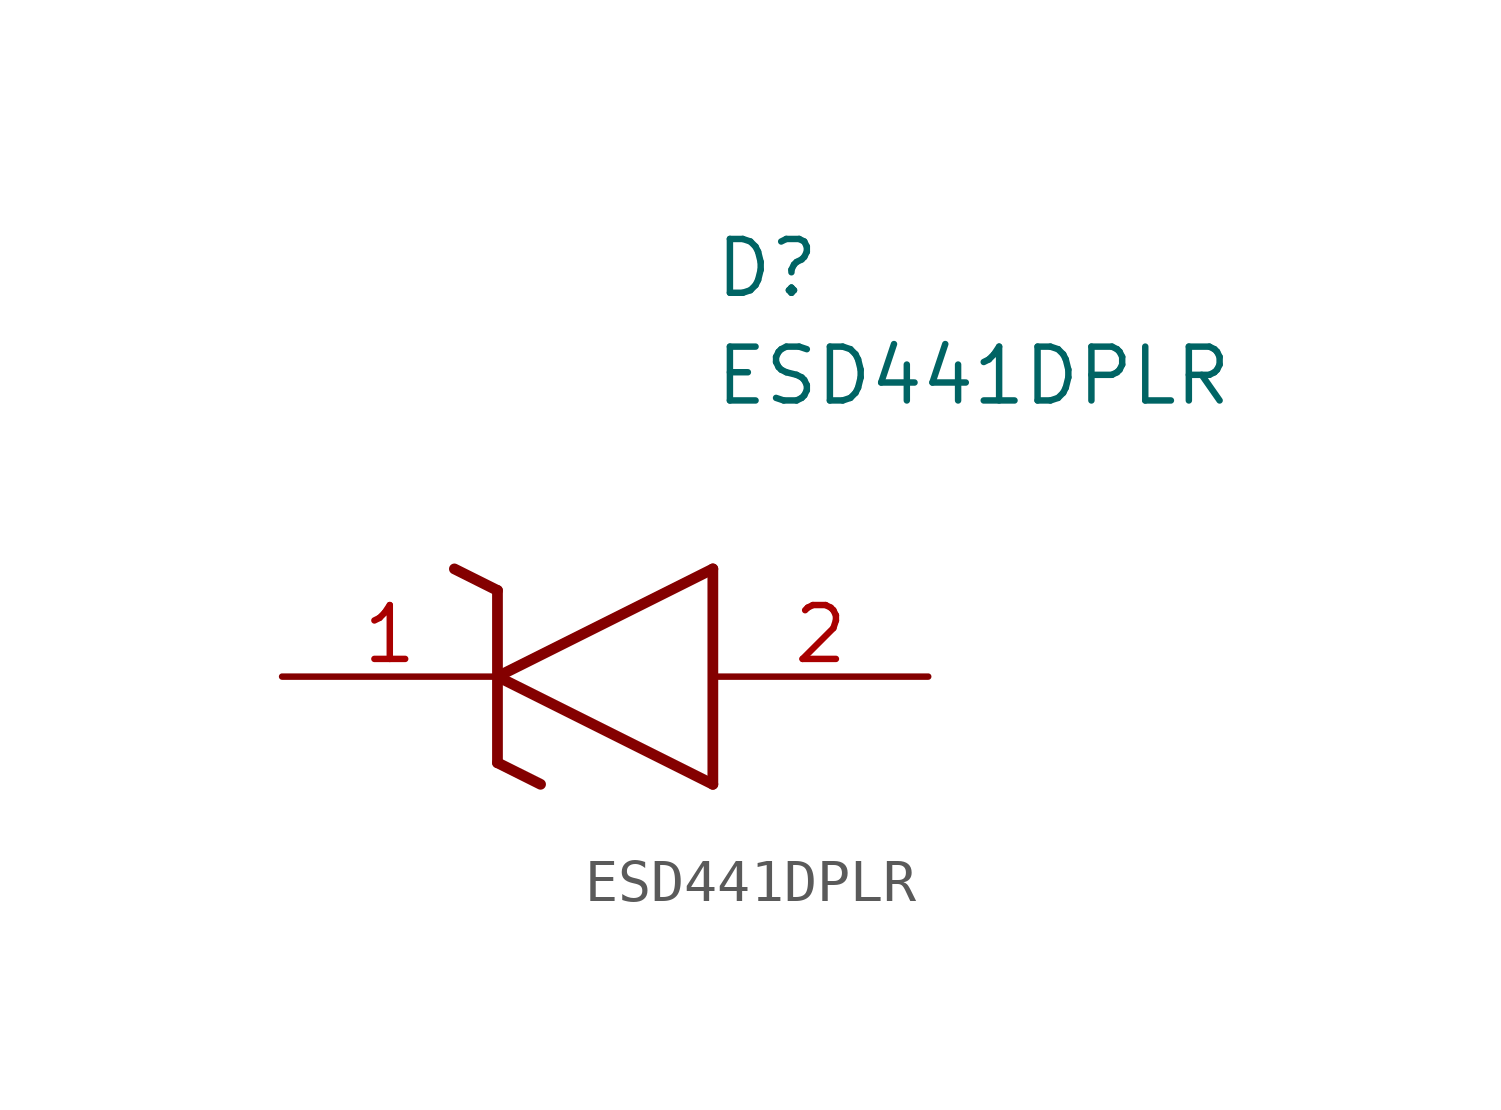
<source format=kicad_sym>
(kicad_symbol_lib
  (version 20211014)
  (generator SamacSys_ECAD_Model)
  (symbol "ESD441DPLR"
    (pin_names hide)
    (property "Reference" "D"
      (at 10.16 8.89 0)
      (effects (font (size 1.27 1.27)) (justify left bottom)))
    (property "Value" "ESD441DPLR"
      (at 10.16 6.35 0)
      (effects (font (size 1.27 1.27)) (justify left bottom)))
    (polyline
      (pts (xy 5.08 0) (xy 10.16 2.54))
      (stroke (width 0.254) (type default))
      (fill (type none)))
    (polyline
      (pts (xy 10.16 -2.54) (xy 10.16 2.54))
      (stroke (width 0.254) (type default))
      (fill (type none)))
    (polyline
      (pts (xy 10.16 -2.54) (xy 5.08 0))
      (stroke (width 0.254) (type default))
      (fill (type none)))
    (polyline
      (pts (xy 5.08 -2.032) (xy 6.096 -2.54))
      (stroke (width 0.254) (type default))
      (fill (type none)))
    (polyline
      (pts (xy 5.08 -2.032) (xy 5.08 2.032))
      (stroke (width 0.254) (type default))
      (fill (type none)))
    (polyline
      (pts (xy 4.064 2.54) (xy 5.08 2.032))
      (stroke (width 0.254) (type default))
      (fill (type none)))
    (pin passive line
      (at 0 0 0)
      (length 5.08)
      (name "K" (effects (font (size 1.27 1.27))))
      (number "1" (effects (font (size 1.27 1.27)))))
    (pin passive line
      (at 15.24 0 180)
      (length 5.08)
      (name "A" (effects (font (size 1.27 1.27))))
      (number "2" (effects (font (size 1.27 1.27)))))))
</source>
